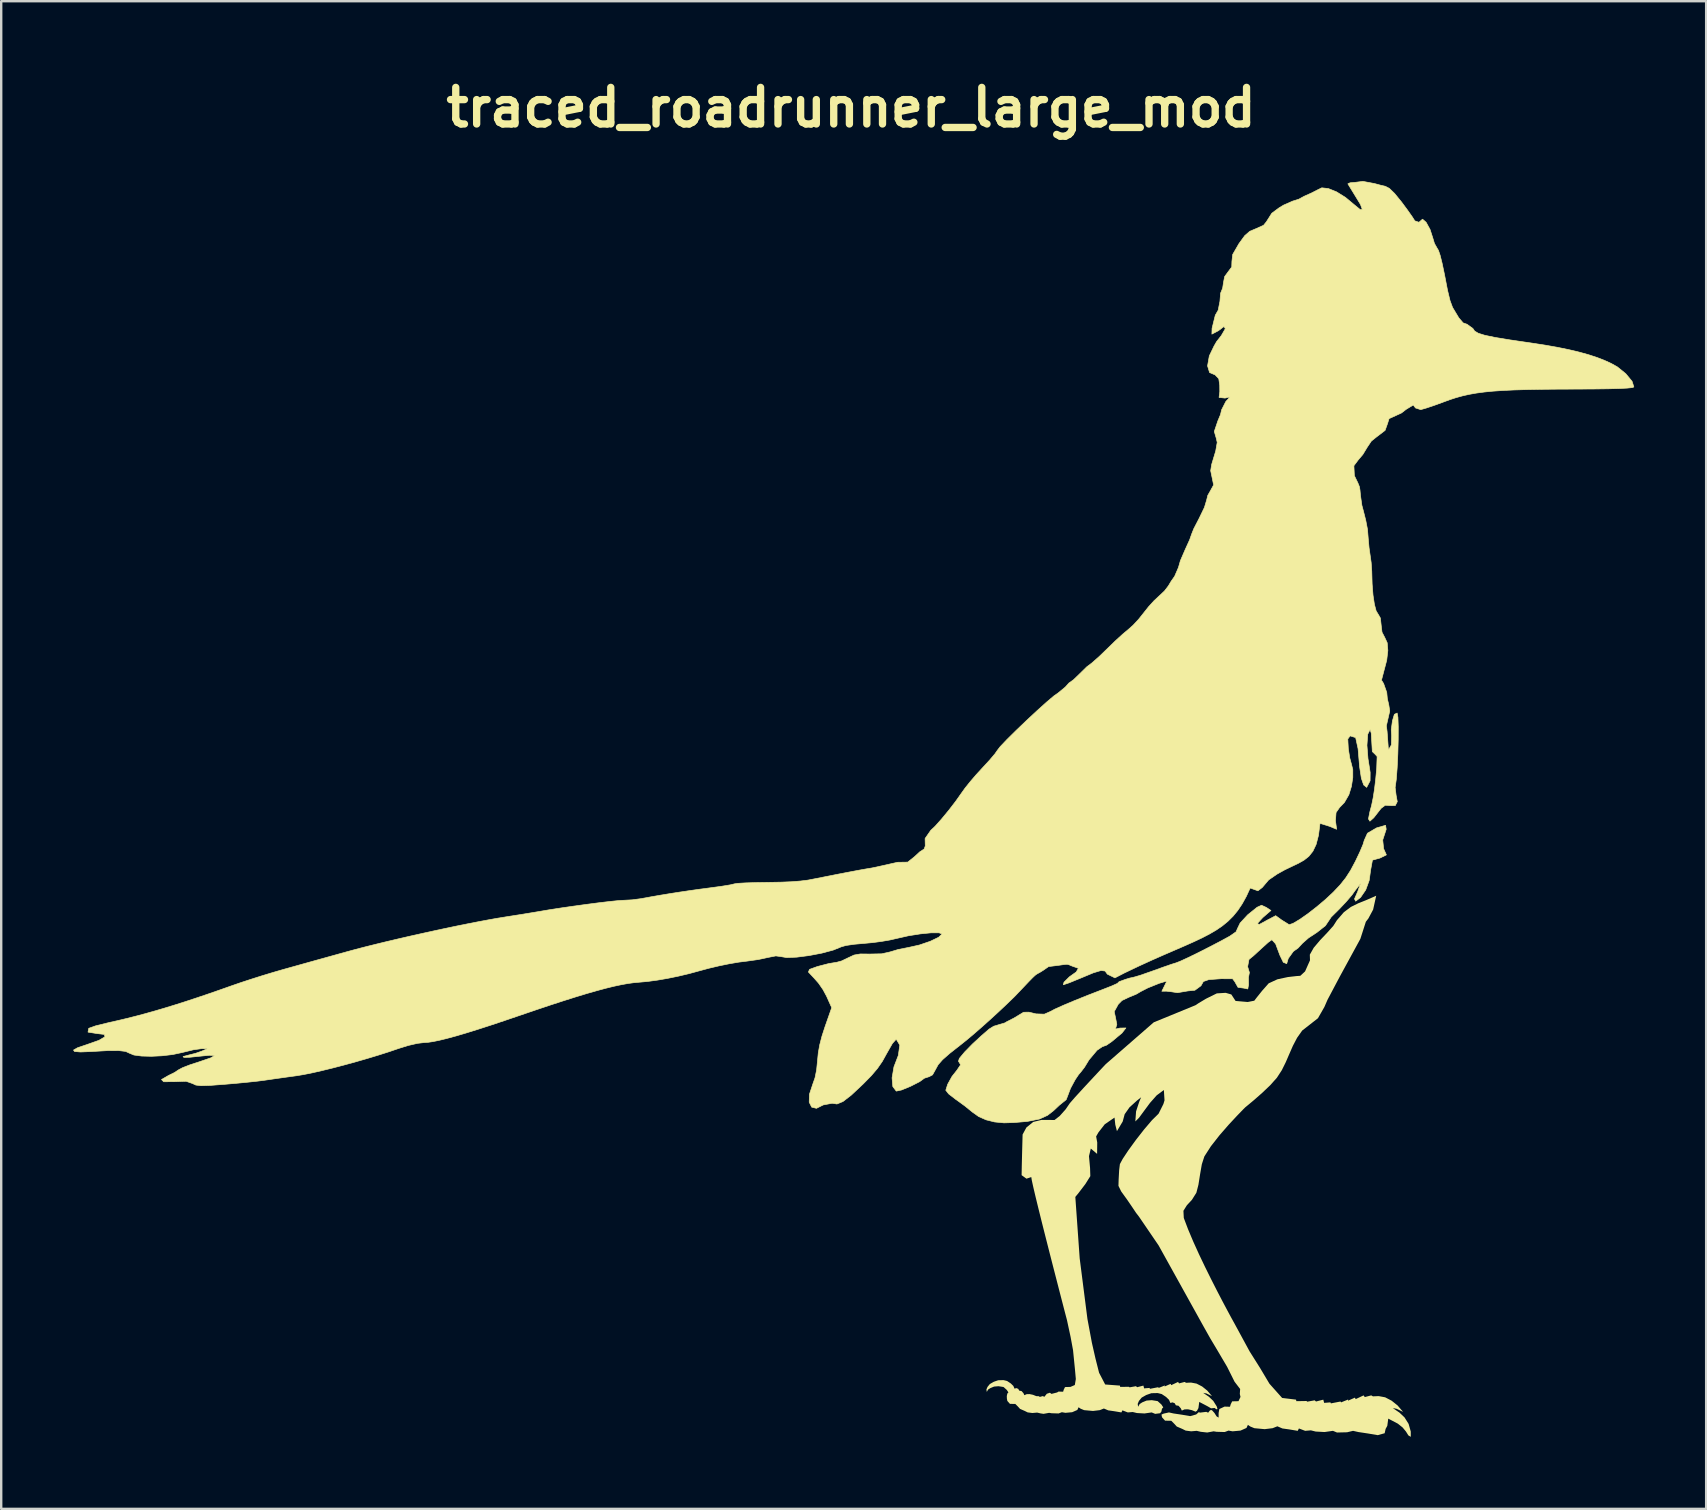
<source format=kicad_pcb>
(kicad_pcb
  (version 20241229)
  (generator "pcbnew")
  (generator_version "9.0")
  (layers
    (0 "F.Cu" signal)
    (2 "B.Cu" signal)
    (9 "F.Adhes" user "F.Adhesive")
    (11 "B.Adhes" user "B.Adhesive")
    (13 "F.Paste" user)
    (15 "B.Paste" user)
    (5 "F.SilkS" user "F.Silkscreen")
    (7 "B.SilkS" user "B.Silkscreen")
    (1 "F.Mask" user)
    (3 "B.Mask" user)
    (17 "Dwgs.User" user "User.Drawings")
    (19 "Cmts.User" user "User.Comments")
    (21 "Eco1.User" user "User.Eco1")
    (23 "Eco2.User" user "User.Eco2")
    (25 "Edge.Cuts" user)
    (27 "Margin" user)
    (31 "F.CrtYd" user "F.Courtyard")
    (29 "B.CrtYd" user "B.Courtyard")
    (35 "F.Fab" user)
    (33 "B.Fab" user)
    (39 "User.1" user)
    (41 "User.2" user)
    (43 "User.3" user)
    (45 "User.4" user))
  (footprint "traced_roadrunner_large_mod"
    (layer "F.Cu")
    (at 32.412 30.644)
    (property "Reference" "traced_roadrunner_large_mod" (at 0 -29.218 0) (layer "F.SilkS") (effects (font (size 1.524 1.524) (thickness 0.305))))
    (attr smd)
    (fp_poly (pts (xy 22.534 -18.949) (xy 22.624 -19.308) (xy 22.557 -19.705) (xy 22.435 -19.495) (xy 22.364 -19.243) (xy 22.27 -19.084) (xy 22.159 -18.923) (xy 22.306 -18.857) (xy 22.534 -18.949) (xy 22.534 -18.949)) (stroke (width 0.026) (type solid)) (fill yes) (layer "F.SilkS"))
    (fp_poly (pts (xy 18.914 -18.886) (xy 19.265 -18.971) (xy 19.668 -19.008) (xy 20.102 -19.064) (xy 20.38 -19.265) (xy 20.587 -19.671) (xy 20.733 -20.058) (xy 20.498 -20.293) (xy 20.309 -20.445) (xy 20.078 -20.514) (xy 19.719 -20.509) (xy 19.147 -20.439) (xy 18.595 -20.321) (xy 18.212 -20.149) (xy 18.006 -19.928) (xy 17.986 -19.663) (xy 17.903 -19.406) (xy 17.781 -19.095) (xy 17.69 -18.795) (xy 17.691 -18.595) (xy 17.832 -18.538) (xy 18.182 -18.621) (xy 18.914 -18.886) (xy 18.914 -18.886)) (stroke (width 0.026) (type solid)) (fill yes) (layer "F.SilkS"))
    (fp_poly (pts (xy 11.429 7.11) (xy 11.607 7.056) (xy 11.755 7.025) (xy 12.027 6.947) (xy 12.582 6.753) (xy 13 6.602) (xy 13.345 6.482) (xy 13.542 6.421) (xy 13.72 6.351) (xy 14.042 6.203) (xy 14.458 6) (xy 14.917 5.767) (xy 15.37 5.531) (xy 15.767 5.315) (xy 16.037 5.128) (xy 16.099 4.986) (xy 16.207 4.762) (xy 16.521 4.422) (xy 16.912 4.107) (xy 17.099 4.022) (xy 17.294 4.112) (xy 17.49 4.24) (xy 17.147 4.537) (xy 16.923 4.782) (xy 17.004 4.823) (xy 17.343 4.638) (xy 17.688 4.457) (xy 17.937 4.638) (xy 18.251 4.833) (xy 18.419 4.774) (xy 18.689 4.613) (xy 19.027 4.377) (xy 19.396 4.09) (xy 19.764 3.78) (xy 20.094 3.471) (xy 20.378 3.17) (xy 20.608 2.88) (xy 20.811 2.565) (xy 21.012 2.187) (xy 21.196 1.8) (xy 21.327 1.49) (xy 21.377 1.322) (xy 21.512 1.021) (xy 21.891 0.799) (xy 22.266 0.691) (xy 22.292 0.857) (xy 22.147 1.302) (xy 22.185 1.667) (xy 22.3 1.924) (xy 22.027 2.058) (xy 21.719 2.141) (xy 21.644 2.551) (xy 21.584 2.987) (xy 21.439 3.382) (xy 21.224 3.697) (xy 21.019 3.852) (xy 20.972 3.758) (xy 21.103 3.458) (xy 21.226 3.113) (xy 20.993 3.413) (xy 20.867 3.592) (xy 20.638 3.86) (xy 20.339 4.179) (xy 20.001 4.514) (xy 19.76 4.873) (xy 19.409 5.151) (xy 19.055 5.384) (xy 18.803 5.606) (xy 18.621 5.804) (xy 18.422 5.946) (xy 18.211 6.241) (xy 18.147 6.455) (xy 18.006 6.4) (xy 17.864 6.106) (xy 17.686 5.631) (xy 17.53 5.459) (xy 17.376 5.568) (xy 17.086 5.83) (xy 16.776 6.115) (xy 16.575 6.28) (xy 16.519 6.58) (xy 16.593 6.826) (xy 16.554 7.028) (xy 16.557 7.335) (xy 16.525 7.511) (xy 16.359 7.475) (xy 16.118 7.443) (xy 15.983 7.204) (xy 15.892 7.084) (xy 15.416 7.083) (xy 14.903 7.12) (xy 14.676 7.199) (xy 14.574 7.378) (xy 14.321 7.563) (xy 14.028 7.592) (xy 13.597 7.665) (xy 13.325 7.624) (xy 13.129 7.602) (xy 12.945 7.605) (xy 13.06 7.371) (xy 13.155 7.179) (xy 12.841 7.272) (xy 12.366 7.463) (xy 12.067 7.616) (xy 11.871 7.731) (xy 11.573 7.853) (xy 11.284 7.99) (xy 11.13 8.146) (xy 10.96 8.454) (xy 11.016 8.71) (xy 11.069 8.986) (xy 11.011 9.18) (xy 11.202 9.139) (xy 11.448 9.134) (xy 11.281 9.349) (xy 11.088 9.509) (xy 10.86 9.7) (xy 10.638 9.853) (xy 10.461 9.916) (xy 10.244 10.065) (xy 9.909 10.464) (xy 9.724 10.768) (xy 9.591 10.942) (xy 9.473 11.083) (xy 9.335 11.288) (xy 9.138 11.653) (xy 9.023 11.959) (xy 8.959 12.122) (xy 8.668 12.358) (xy 8.432 12.581) (xy 8.181 12.776) (xy 7.842 12.93) (xy 7.344 13.028) (xy 6.796 13.076) (xy 6.368 13.089) (xy 5.975 13.051) (xy 5.623 12.963) (xy 5.315 12.827) (xy 5.056 12.643) (xy 4.726 12.376) (xy 4.351 12.105) (xy 4.063 11.882) (xy 3.943 11.73) (xy 4.022 11.48) (xy 4.204 11.152) (xy 4.404 10.9) (xy 4.561 10.667) (xy 4.471 10.522) (xy 4.509 10.402) (xy 4.727 10.139) (xy 5.054 9.804) (xy 5.421 9.465) (xy 5.746 9.183) (xy 5.941 9.062) (xy 6.242 8.972) (xy 6.417 8.919) (xy 6.479 8.877) (xy 6.781 8.724) (xy 7.184 8.48) (xy 7.407 8.476) (xy 7.701 8.548) (xy 8.049 8.56) (xy 8.299 8.45) (xy 8.49 8.349) (xy 8.849 8.188) (xy 9.324 7.988) (xy 9.865 7.771) (xy 10.46 7.541) (xy 10.863 7.383) (xy 11.092 7.279) (xy 11.164 7.207) (xy 11.429 7.11)) (stroke (width 0.026) (type solid)) (fill yes) (layer "F.SilkS"))
    (fp_poly (pts (xy 21.876 3.625) (xy 21.478 3.8) (xy 21.131 3.939) (xy 20.821 4.092) (xy 20.529 4.311) (xy 20.24 4.644) (xy 20.089 4.881) (xy 19.832 5.168) (xy 19.536 5.48) (xy 19.273 5.792) (xy 19.11 6.08) (xy 19.117 6.317) (xy 18.912 6.778) (xy 18.714 6.962) (xy 18.56 6.972) (xy 18.193 7.014) (xy 17.758 7.108) (xy 17.396 7.275) (xy 17.125 7.582) (xy 16.894 7.871) (xy 16.796 7.999) (xy 16.522 8.053) (xy 16.016 8.009) (xy 15.84 7.739) (xy 15.604 7.671) (xy 15.235 7.694) (xy 14.787 7.915) (xy 14.468 8.106) (xy 14.346 8.187) (xy 12.607 8.9) (xy 10.611 10.639) (xy 10.469 10.789) (xy 10.126 11.156) (xy 9.703 11.611) (xy 9.323 12.026) (xy 9.109 12.272) (xy 8.938 12.522) (xy 8.691 12.8) (xy 8.473 12.97) (xy 8.221 12.966) (xy 7.925 12.967) (xy 7.586 13.05) (xy 7.301 13.282) (xy 7.143 13.574) (xy 7.137 13.799) (xy 7.123 14.315) (xy 7.109 14.884) (xy 7.102 15.268) (xy 7.304 15.414) (xy 7.505 15.348) (xy 7.527 15.485) (xy 7.588 15.763) (xy 7.681 16.158) (xy 7.8 16.646) (xy 7.938 17.203) (xy 8.09 17.805) (xy 8.248 18.426) (xy 8.406 19.044) (xy 8.558 19.633) (xy 8.696 20.169) (xy 8.815 20.628) (xy 8.908 20.987) (xy 8.969 21.219) (xy 8.991 21.302) (xy 9.142 22.003) (xy 9.245 22.561) (xy 9.325 23.362) (xy 9.361 23.762) (xy 9.319 24.011) (xy 9.136 24.09) (xy 8.911 24.096) (xy 8.857 24.205) (xy 8.832 24.29) (xy 8.638 24.284) (xy 8.584 24.32) (xy 8.347 24.381) (xy 8.28 24.333) (xy 8.153 24.375) (xy 8.05 24.502) (xy 7.983 24.472) (xy 7.85 24.51) (xy 7.838 24.479) (xy 7.711 24.473) (xy 7.577 24.419) (xy 7.435 24.389) (xy 7.314 24.392) (xy 7.216 24.435) (xy 7.18 24.352) (xy 7.098 24.262) (xy 7.004 24.246) (xy 6.961 24.17) (xy 6.883 24.14) (xy 6.807 24.162) (xy 6.758 24.049) (xy 6.652 23.946) (xy 6.497 23.843) (xy 6.352 23.807) (xy 6.127 23.812) (xy 5.942 23.876) (xy 5.779 23.97) (xy 5.682 24.088) (xy 5.636 24.195) (xy 5.651 24.298) (xy 5.706 24.201) (xy 5.8 24.14) (xy 5.955 24.076) (xy 6.139 24.061) (xy 6.349 24.094) (xy 6.485 24.216) (xy 6.552 24.319) (xy 6.507 24.367) (xy 6.485 24.471) (xy 6.489 24.577) (xy 6.507 24.674) (xy 6.616 24.796) (xy 6.84 24.8) (xy 6.951 24.911) (xy 7.037 25.006) (xy 7.234 25.092) (xy 7.354 25.152) (xy 7.551 25.177) (xy 7.749 25.16) (xy 7.895 25.194) (xy 8.017 25.212) (xy 8.248 25.17) (xy 8.351 25.187) (xy 8.643 25.196) (xy 8.78 25.144) (xy 8.926 25.17) (xy 9.209 25.144) (xy 9.424 25.05) (xy 9.475 24.938) (xy 9.561 24.998) (xy 9.707 25.058) (xy 10.076 25.092) (xy 10.359 25.058) (xy 10.53 24.99) (xy 10.711 25.067) (xy 10.951 25.101) (xy 11.26 25.153) (xy 11.303 25.067) (xy 11.526 25.153) (xy 11.732 25.136) (xy 11.904 25.178) (xy 12.221 25.196) (xy 12.521 25.153) (xy 12.667 25.213) (xy 12.872 25.187) (xy 12.926 25.118) (xy 12.951 24.998) (xy 13.004 24.942) (xy 12.926 24.822) (xy 12.768 24.681) (xy 12.524 24.642) (xy 12.309 24.659) (xy 12.129 24.733) (xy 12.02 24.804) (xy 11.956 24.917) (xy 11.939 24.797) (xy 11.991 24.673) (xy 12.104 24.536) (xy 12.295 24.427) (xy 12.51 24.352) (xy 12.771 24.346) (xy 12.94 24.388) (xy 13.12 24.508) (xy 13.244 24.628) (xy 13.3 24.759) (xy 13.388 24.734) (xy 13.48 24.769) (xy 13.53 24.857) (xy 13.639 24.875) (xy 13.734 24.981) (xy 13.777 25.076) (xy 13.889 25.027) (xy 14.031 25.023) (xy 14.196 25.058) (xy 14.352 25.122) (xy 14.409 25.084) (xy 14.469 24.973) (xy 14.503 24.715) (xy 14.846 24.895) (xy 14.996 24.982) (xy 15.142 24.967) (xy 15.219 25.023) (xy 15.263 25.012) (xy 15.233 24.904) (xy 15.087 24.672) (xy 14.906 24.501) (xy 14.666 24.338) (xy 14.804 24.364) (xy 15.035 24.475) (xy 14.838 24.244) (xy 14.623 24.072) (xy 14.391 23.952) (xy 14.16 23.909) (xy 13.954 23.918) (xy 13.894 23.883) (xy 13.662 23.943) (xy 13.62 23.883) (xy 13.335 24.017) (xy 13.31 23.963) (xy 13.062 24.072) (xy 13.068 24.029) (xy 12.813 24.132) (xy 12.795 24.102) (xy 12.449 24.169) (xy 12.431 24.132) (xy 12.206 24.151) (xy 12.176 24.035) (xy 11.915 24.102) (xy 11.867 24.06) (xy 11.599 24.108) (xy 11.575 24.084) (xy 11.211 24.09) (xy 11.199 24.035) (xy 10.584 23.989) (xy 10.33 23.501) (xy 10.179 22.905) (xy 10.031 22.255) (xy 9.844 21.255) (xy 9.522 18.735) (xy 9.34 16.175) (xy 9.48 16.004) (xy 9.758 15.639) (xy 9.965 15.308) (xy 9.954 14.97) (xy 9.909 14.477) (xy 9.985 14.159) (xy 10.247 14.381) (xy 10.253 13.906) (xy 10.207 13.655) (xy 10.301 13.489) (xy 10.566 13.148) (xy 10.973 12.869) (xy 11.005 13.163) (xy 11.074 13.434) (xy 11.314 13.032) (xy 11.396 12.728) (xy 11.596 12.443) (xy 11.915 12.154) (xy 12.082 12.023) (xy 12.004 12.204) (xy 11.871 12.609) (xy 11.84 13.03) (xy 11.992 12.879) (xy 12.201 12.595) (xy 12.452 12.256) (xy 12.733 11.939) (xy 13.029 11.72) (xy 13.056 12.151) (xy 13.009 12.305) (xy 12.807 12.708) (xy 12.534 12.977) (xy 12.204 13.365) (xy 11.86 13.805) (xy 11.548 14.235) (xy 11.313 14.59) (xy 11.197 14.806) (xy 11.166 15.058) (xy 11.145 15.44) (xy 11.137 15.714) (xy 11.253 15.949) (xy 11.49 16.277) (xy 11.682 16.557) (xy 11.87 16.838) (xy 11.991 16.995) (xy 12.807 18.191) (xy 14.676 21.559) (xy 14.958 22.06) (xy 15.269 22.582) (xy 15.664 23.252) (xy 15.974 23.873) (xy 16.207 24.177) (xy 16.193 24.381) (xy 16.221 24.508) (xy 16.137 24.685) (xy 15.875 24.691) (xy 15.812 24.818) (xy 15.784 24.917) (xy 15.558 24.91) (xy 15.34 25.011) (xy 15.31 25.178) (xy 15.31 25.368) (xy 15.224 25.316) (xy 15.138 25.178) (xy 15.028 25.056) (xy 14.957 25.061) (xy 14.874 25.164) (xy 14.796 25.129) (xy 14.514 25.164) (xy 14.5 25.129) (xy 14.374 25.238) (xy 14.126 25.307) (xy 13.774 25.247) (xy 13.431 25.196) (xy 13.242 25.153) (xy 13.022 25.202) (xy 12.93 25.242) (xy 12.951 25.354) (xy 13.078 25.496) (xy 13.338 25.501) (xy 13.467 25.631) (xy 13.567 25.741) (xy 13.797 25.84) (xy 13.937 25.91) (xy 14.166 25.94) (xy 14.396 25.92) (xy 14.565 25.96) (xy 14.834 25.99) (xy 15.104 25.94) (xy 15.224 25.96) (xy 15.563 25.97) (xy 15.722 25.91) (xy 15.892 25.94) (xy 16.222 25.91) (xy 16.471 25.8) (xy 16.531 25.671) (xy 16.63 25.74) (xy 16.8 25.81) (xy 17.229 25.85) (xy 17.559 25.81) (xy 17.758 25.731) (xy 17.967 25.821) (xy 18.247 25.86) (xy 18.606 25.92) (xy 18.656 25.821) (xy 18.916 25.92) (xy 19.155 25.9) (xy 19.355 25.95) (xy 19.724 25.97) (xy 20.073 25.92) (xy 20.242 25.99) (xy 20.662 25.98) (xy 20.911 25.92) (xy 21.131 25.97) (xy 21.53 26.03) (xy 21.939 26.1) (xy 22.228 26.02) (xy 22.268 25.84) (xy 22.338 25.711) (xy 22.378 25.411) (xy 22.777 25.621) (xy 22.976 25.78) (xy 23.116 25.95) (xy 23.216 26.11) (xy 23.316 26.17) (xy 23.316 25.95) (xy 23.226 25.631) (xy 23.056 25.361) (xy 22.847 25.162) (xy 22.568 24.972) (xy 22.727 25.002) (xy 22.997 25.132) (xy 22.767 24.863) (xy 22.517 24.663) (xy 22.248 24.523) (xy 21.979 24.473) (xy 21.739 24.483) (xy 21.669 24.443) (xy 21.4 24.513) (xy 21.35 24.443) (xy 21.019 24.599) (xy 20.991 24.536) (xy 20.701 24.663) (xy 20.709 24.614) (xy 20.412 24.734) (xy 20.391 24.698) (xy 19.989 24.776) (xy 19.968 24.734) (xy 19.707 24.755) (xy 19.671 24.621) (xy 19.368 24.698) (xy 19.312 24.649) (xy 19.001 24.705) (xy 18.973 24.677) (xy 18.55 24.684) (xy 18.535 24.62) (xy 17.957 24.55) (xy 17.428 23.957) (xy 17.04 23.306) (xy 16.6 22.607) (xy 15.968 21.443) (xy 15.931 21.377) (xy 15.83 21.193) (xy 15.675 20.906) (xy 15.478 20.535) (xy 15.25 20.097) (xy 15.002 19.61) (xy 14.745 19.091) (xy 14.491 18.559) (xy 14.251 18.029) (xy 14.037 17.521) (xy 13.859 17.051) (xy 13.844 16.752) (xy 13.987 16.523) (xy 14.197 16.296) (xy 14.383 16.001) (xy 14.469 15.667) (xy 14.537 15.238) (xy 14.611 14.813) (xy 14.716 14.488) (xy 14.989 14.063) (xy 15.347 13.606) (xy 15.729 13.167) (xy 16.077 12.793) (xy 16.329 12.532) (xy 16.427 12.435) (xy 16.528 12.353) (xy 16.783 12.14) (xy 17.119 11.845) (xy 17.462 11.519) (xy 17.738 11.209) (xy 17.941 10.898) (xy 18.107 10.563) (xy 18.256 10.218) (xy 18.407 9.874) (xy 18.58 9.544) (xy 18.793 9.242) (xy 19.121 8.986) (xy 19.449 8.729) (xy 19.717 8.26) (xy 19.848 7.959) (xy 20.361 6.99) (xy 21.216 5.422) (xy 21.445 4.709) (xy 21.548 4.576) (xy 21.748 4.203) (xy 21.876 3.625) (xy 21.876 3.625)) (stroke (width 0) (type solid)) (fill yes) (layer "F.SilkS"))
    (fp_poly (pts (xy 10.99 7.047) (xy 10.675 6.893) (xy 10.581 6.763) (xy 10.411 6.741) (xy 10.089 6.838) (xy 9.539 7.067) (xy 9.078 7.256) (xy 8.841 7.335) (xy 8.868 7.228) (xy 9.094 7.004) (xy 9.377 6.803) (xy 9.468 6.648) (xy 9.205 6.556) (xy 9.077 6.502) (xy 8.999 6.481) (xy 8.887 6.49) (xy 8.658 6.523) (xy 8.226 6.577) (xy 8.012 6.726) (xy 7.877 6.811) (xy 7.791 6.858) (xy 7.729 6.893) (xy 7.662 6.944) (xy 7.564 7.036) (xy 7.407 7.196) (xy 7.164 7.452) (xy 6.806 7.828) (xy 6.476 8.147) (xy 6.126 8.476) (xy 5.77 8.802) (xy 5.421 9.114) (xy 5.094 9.399) (xy 4.802 9.644) (xy 4.559 9.838) (xy 4.105 10.195) (xy 3.807 10.457) (xy 3.626 10.663) (xy 3.524 10.849) (xy 3.391 11.089) (xy 3.245 11.166) (xy 3.055 11.226) (xy 2.852 11.373) (xy 2.479 11.563) (xy 2.1 11.719) (xy 1.88 11.766) (xy 1.736 11.576) (xy 1.705 11.214) (xy 1.783 10.756) (xy 1.965 10.28) (xy 2.027 9.848) (xy 1.878 9.602) (xy 1.719 9.78) (xy 1.475 10.208) (xy 1.297 10.53) (xy 1.094 10.823) (xy 0.839 11.123) (xy 0.504 11.465) (xy 0.007 11.931) (xy -0.341 12.2) (xy -0.591 12.303) (xy -0.792 12.272) (xy -1.165 12.342) (xy -1.444 12.483) (xy -1.644 12.434) (xy -1.747 12.228) (xy -1.738 11.898) (xy -1.599 11.478) (xy -1.506 11.214) (xy -1.439 10.883) (xy -1.401 10.501) (xy -1.369 10.171) (xy -1.309 9.836) (xy -1.217 9.48) (xy -1.088 9.082) (xy -0.81 8.289) (xy -1.022 7.816) (xy -1.172 7.537) (xy -1.36 7.265) (xy -1.547 7.054) (xy -1.781 6.804) (xy -1.733 6.693) (xy -1.407 6.575) (xy -0.937 6.453) (xy -0.596 6.397) (xy -0.398 6.343) (xy -0.127 6.213) (xy 0.12 6.097) (xy 0.383 6.051) (xy 0.774 6.055) (xy 1.276 6.045) (xy 1.628 5.965) (xy 1.968 5.863) (xy 2.396 5.779) (xy 2.843 5.679) (xy 3.296 5.524) (xy 3.646 5.356) (xy 3.787 5.22) (xy 3.662 5.17) (xy 3.339 5.17) (xy 2.89 5.214) (xy 2.389 5.293) (xy 1.91 5.402) (xy 1.621 5.468) (xy 1.267 5.529) (xy 0.892 5.579) (xy 0.542 5.611) (xy 0.126 5.648) (xy -0.214 5.698) (xy -0.404 5.751) (xy -0.748 5.89) (xy -1.223 6.017) (xy -1.755 6.119) (xy -2.268 6.185) (xy -2.689 6.202) (xy -2.942 6.159) (xy -3.139 6.133) (xy -3.456 6.195) (xy -3.87 6.284) (xy -4.331 6.349) (xy -4.679 6.392) (xy -5.078 6.46) (xy -5.503 6.547) (xy -5.931 6.648) (xy -6.338 6.758) (xy -6.76 6.873) (xy -7.199 6.977) (xy -7.641 7.068) (xy -8.071 7.142) (xy -8.475 7.197) (xy -8.84 7.23) (xy -9.063 7.25) (xy -9.31 7.284) (xy -9.584 7.334) (xy -9.889 7.399) (xy -10.227 7.482) (xy -10.603 7.583) (xy -11.018 7.702) (xy -11.476 7.841) (xy -11.98 8) (xy -12.535 8.181) (xy -13.141 8.384) (xy -13.804 8.61) (xy -14.46 8.833) (xy -15.053 9.031) (xy -15.586 9.203) (xy -16.06 9.35) (xy -16.479 9.473) (xy -16.843 9.572) (xy -17.155 9.648) (xy -17.417 9.702) (xy -17.631 9.734) (xy -17.799 9.744) (xy -18.075 9.777) (xy -18.451 9.864) (xy -18.854 9.989) (xy -19.262 10.128) (xy -19.708 10.27) (xy -20.178 10.412) (xy -20.661 10.551) (xy -21.143 10.683) (xy -21.611 10.805) (xy -22.054 10.913) (xy -22.457 11.005) (xy -22.81 11.076) (xy -23.098 11.124) (xy -23.586 11.191) (xy -24.067 11.259) (xy -24.437 11.313) (xy -24.725 11.35) (xy -25.134 11.394) (xy -25.609 11.44) (xy -26.096 11.482) (xy -26.719 11.529) (xy -27.092 11.54) (xy -27.304 11.514) (xy -27.443 11.449) (xy -27.709 11.356) (xy -28.188 11.372) (xy -28.642 11.376) (xy -28.734 11.284) (xy -28.443 11.115) (xy -28.198 10.995) (xy -28.02 10.878) (xy -27.855 10.79) (xy -27.549 10.671) (xy -27.167 10.547) (xy -26.679 10.38) (xy -26.52 10.283) (xy -26.741 10.273) (xy -27.163 10.315) (xy -27.564 10.357) (xy -27.804 10.359) (xy -27.834 10.326) (xy -27.603 10.264) (xy -27.313 10.191) (xy -27.056 10.101) (xy -26.821 9.999) (xy -27.057 9.996) (xy -27.396 10.042) (xy -27.878 10.159) (xy -28.266 10.242) (xy -28.707 10.294) (xy -29.154 10.316) (xy -29.562 10.305) (xy -29.881 10.263) (xy -30.067 10.187) (xy -30.227 10.112) (xy -30.521 10.077) (xy -30.984 10.079) (xy -31.649 10.117) (xy -32.108 10.136) (xy -32.358 10.115) (xy -32.399 10.055) (xy -32.228 9.958) (xy -31.844 9.828) (xy -31.337 9.649) (xy -31.09 9.503) (xy -31.116 9.404) (xy -31.429 9.367) (xy -31.795 9.308) (xy -31.765 9.149) (xy -31.473 9.045) (xy -30.907 8.906) (xy -30.543 8.825) (xy -30.174 8.737) (xy -29.798 8.642) (xy -29.415 8.54) (xy -29.021 8.429) (xy -28.615 8.31) (xy -28.194 8.181) (xy -27.758 8.043) (xy -27.303 7.893) (xy -26.828 7.733) (xy -26.332 7.561) (xy -25.811 7.377) (xy -25.435 7.247) (xy -24.995 7.103) (xy -24.529 6.955) (xy -24.072 6.817) (xy -23.661 6.698) (xy -23.36 6.614) (xy -23.005 6.515) (xy -22.613 6.405) (xy -22.2 6.29) (xy -21.782 6.174) (xy -21.375 6.061) (xy -20.997 5.956) (xy -20.637 5.858) (xy -20.239 5.755) (xy -19.809 5.648) (xy -19.353 5.537) (xy -18.878 5.425) (xy -18.389 5.312) (xy -17.893 5.201) (xy -17.397 5.092) (xy -16.906 4.986) (xy -16.427 4.886) (xy -15.966 4.793) (xy -15.529 4.708) (xy -15.124 4.632) (xy -14.755 4.566) (xy -14.429 4.513) (xy -14.016 4.448) (xy -13.613 4.384) (xy -13.266 4.327) (xy -13.022 4.286) (xy -12.587 4.212) (xy -12.083 4.134) (xy -11.543 4.056) (xy -11.002 3.982) (xy -10.494 3.916) (xy -10.051 3.864) (xy -9.709 3.829) (xy -9.501 3.816) (xy -9.122 3.796) (xy -8.746 3.746) (xy -8.356 3.674) (xy -7.953 3.604) (xy -7.542 3.536) (xy -7.127 3.471) (xy -6.713 3.41) (xy -6.306 3.353) (xy -5.91 3.301) (xy -5.408 3.233) (xy -5.029 3.171) (xy -4.855 3.129) (xy -4.719 3.109) (xy -4.408 3.091) (xy -3.968 3.077) (xy -3.446 3.069) (xy -2.922 3.06) (xy -2.482 3.042) (xy -2.112 3.013) (xy -1.798 2.974) (xy -1.53 2.922) (xy -0.973 2.812) (xy -0.519 2.722) (xy -0.154 2.652) (xy 0.131 2.598) (xy 0.35 2.557) (xy 0.513 2.528) (xy 0.631 2.507) (xy 0.718 2.493) (xy 0.783 2.482) (xy 0.839 2.473) (xy 0.897 2.462) (xy 0.968 2.447) (xy 1.065 2.427) (xy 1.198 2.397) (xy 1.379 2.357) (xy 1.621 2.302) (xy 1.933 2.232) (xy 2.358 2.225) (xy 2.637 2.002) (xy 2.859 1.797) (xy 3.042 1.678) (xy 3.088 1.552) (xy 3.081 1.241) (xy 3.317 0.901) (xy 3.496 0.733) (xy 3.76 0.438) (xy 4.062 0.072) (xy 4.355 -0.308) (xy 4.593 -0.645) (xy 4.749 -0.863) (xy 4.966 -1.133) (xy 5.214 -1.422) (xy 5.465 -1.695) (xy 5.766 -2.022) (xy 5.991 -2.287) (xy 6.092 -2.433) (xy 6.209 -2.585) (xy 6.483 -2.874) (xy 6.864 -3.251) (xy 7.301 -3.67) (xy 7.745 -4.083) (xy 8.146 -4.444) (xy 8.454 -4.704) (xy 8.618 -4.818) (xy 8.921 -5.067) (xy 9.074 -5.237) (xy 9.265 -5.373) (xy 9.527 -5.626) (xy 9.817 -5.911) (xy 10.023 -6.066) (xy 10.325 -6.332) (xy 10.658 -6.653) (xy 10.998 -6.984) (xy 11.319 -7.277) (xy 11.55 -7.47) (xy 11.746 -7.644) (xy 11.974 -7.889) (xy 12.183 -8.151) (xy 12.393 -8.416) (xy 12.62 -8.666) (xy 12.816 -8.848) (xy 13.056 -9.074) (xy 13.216 -9.283) (xy 13.336 -9.483) (xy 13.478 -9.684) (xy 13.637 -10.052) (xy 13.718 -10.335) (xy 13.911 -10.782) (xy 14.104 -11.207) (xy 14.184 -11.436) (xy 14.276 -11.667) (xy 14.497 -12.093) (xy 14.718 -12.551) (xy 14.81 -12.855) (xy 14.859 -13.055) (xy 14.977 -13.262) (xy 15.102 -13.489) (xy 15.041 -13.785) (xy 14.979 -14.083) (xy 15.021 -14.346) (xy 15.189 -14.903) (xy 15.252 -15.261) (xy 15.212 -15.436) (xy 15.13 -15.717) (xy 15.279 -16.159) (xy 15.389 -16.421) (xy 15.435 -16.62) (xy 15.611 -16.966) (xy 15.787 -17.158) (xy 15.577 -17.108) (xy 15.329 -17.135) (xy 15.359 -17.374) (xy 15.356 -17.645) (xy 15.317 -17.914) (xy 15.165 -18.074) (xy 14.933 -18.173) (xy 14.849 -18.449) (xy 14.923 -18.867) (xy 15.119 -19.275) (xy 15.228 -19.465) (xy 15.31 -19.567) (xy 15.423 -19.713) (xy 15.589 -19.999) (xy 15.533 -20.09) (xy 15.301 -19.915) (xy 15.03 -19.773) (xy 15.037 -20.015) (xy 15.123 -20.365) (xy 15.172 -20.562) (xy 15.292 -20.77) (xy 15.365 -21.139) (xy 15.392 -21.479) (xy 15.478 -21.687) (xy 15.514 -21.928) (xy 15.561 -22.171) (xy 15.71 -22.375) (xy 15.857 -22.571) (xy 15.864 -22.799) (xy 15.896 -23.091) (xy 16.156 -23.541) (xy 16.398 -23.875) (xy 16.607 -24.057) (xy 16.882 -24.173) (xy 17.182 -24.308) (xy 17.3 -24.453) (xy 17.526 -24.81) (xy 17.825 -25.032) (xy 18.014 -25.147) (xy 18.395 -25.315) (xy 18.651 -25.395) (xy 18.866 -25.513) (xy 19.189 -25.658) (xy 19.428 -25.781) (xy 19.609 -25.869) (xy 19.883 -25.838) (xy 20.221 -25.702) (xy 20.592 -25.472) (xy 20.967 -25.16) (xy 21.21 -24.961) (xy 21.295 -24.971) (xy 21.22 -25.176) (xy 20.986 -25.561) (xy 20.695 -26.036) (xy 20.787 -26.078) (xy 21.002 -26.097) (xy 21.322 -26.137) (xy 21.807 -26.046) (xy 22.035 -25.984) (xy 22.254 -25.933) (xy 22.422 -25.846) (xy 22.641 -25.635) (xy 22.925 -25.286) (xy 23.171 -24.955) (xy 23.372 -24.67) (xy 23.485 -24.492) (xy 23.658 -24.433) (xy 23.806 -24.563) (xy 23.954 -24.434) (xy 24.12 -24.133) (xy 24.23 -23.792) (xy 24.302 -23.552) (xy 24.402 -23.375) (xy 24.468 -23.264) (xy 24.539 -23.058) (xy 24.621 -22.73) (xy 24.722 -22.251) (xy 24.849 -21.592) (xy 24.95 -21.175) (xy 25.057 -20.885) (xy 25.317 -20.452) (xy 25.498 -20.241) (xy 25.659 -20.185) (xy 25.904 -20.008) (xy 25.976 -19.901) (xy 26.128 -19.81) (xy 26.4 -19.725) (xy 26.832 -19.635) (xy 27.464 -19.531) (xy 28.336 -19.403) (xy 28.898 -19.317) (xy 29.416 -19.226) (xy 29.891 -19.129) (xy 30.325 -19.026) (xy 30.719 -18.917) (xy 31.074 -18.801) (xy 31.392 -18.677) (xy 31.675 -18.547) (xy 31.923 -18.408) (xy 32.273 -18.125) (xy 32.536 -17.807) (xy 32.611 -17.571) (xy 32.538 -17.545) (xy 32.337 -17.524) (xy 32.005 -17.507) (xy 31.541 -17.495) (xy 30.942 -17.487) (xy 30.205 -17.483) (xy 29.437 -17.48) (xy 28.757 -17.473) (xy 28.156 -17.462) (xy 27.626 -17.447) (xy 27.16 -17.425) (xy 26.747 -17.397) (xy 26.381 -17.361) (xy 26.052 -17.317) (xy 25.752 -17.264) (xy 25.473 -17.201) (xy 25.207 -17.128) (xy 24.945 -17.043) (xy 24.678 -16.945) (xy 24.298 -16.806) (xy 23.958 -16.692) (xy 23.73 -16.627) (xy 23.513 -16.697) (xy 23.42 -16.82) (xy 23.117 -16.635) (xy 22.929 -16.488) (xy 22.726 -16.395) (xy 22.412 -16.252) (xy 22.349 -16.05) (xy 22.246 -15.762) (xy 21.884 -15.486) (xy 21.673 -15.316) (xy 21.495 -15.049) (xy 21.321 -14.761) (xy 21.122 -14.525) (xy 20.946 -14.29) (xy 20.966 -13.875) (xy 21.113 -13.573) (xy 21.178 -13.411) (xy 21.2 -13.276) (xy 21.22 -13.057) (xy 21.279 -12.641) (xy 21.354 -12.359) (xy 21.441 -12.013) (xy 21.513 -11.637) (xy 21.543 -11.265) (xy 21.578 -10.876) (xy 21.623 -10.561) (xy 21.666 -10.256) (xy 21.691 -9.894) (xy 21.706 -9.366) (xy 21.743 -8.898) (xy 21.801 -8.515) (xy 21.874 -8.24) (xy 21.96 -8.099) (xy 22.05 -7.943) (xy 22.081 -7.66) (xy 22.118 -7.353) (xy 22.232 -7.134) (xy 22.334 -6.914) (xy 22.361 -6.589) (xy 22.314 -6.186) (xy 22.194 -5.73) (xy 22.096 -5.357) (xy 22.185 -5.213) (xy 22.315 -4.845) (xy 22.34 -4.582) (xy 22.399 -4.333) (xy 22.44 -4.072) (xy 22.368 -3.756) (xy 22.299 -3.452) (xy 22.329 -3.223) (xy 22.361 -2.791) (xy 22.386 -2.447) (xy 22.508 -2.659) (xy 22.517 -3.052) (xy 22.503 -3.29) (xy 22.552 -3.662) (xy 22.633 -3.932) (xy 22.748 -3.986) (xy 22.781 -3.809) (xy 22.795 -3.415) (xy 22.793 -2.882) (xy 22.777 -2.285) (xy 22.749 -1.702) (xy 22.711 -1.21) (xy 22.665 -0.886) (xy 22.705 -0.562) (xy 22.754 -0.293) (xy 22.668 -0.128) (xy 22.45 -0.131) (xy 22.252 -0.145) (xy 22.079 -0.015) (xy 21.773 0.377) (xy 21.613 0.52) (xy 21.553 0.426) (xy 21.613 0.123) (xy 21.684 -0.141) (xy 21.748 -0.45) (xy 21.804 -0.808) (xy 21.853 -1.216) (xy 21.896 -1.676) (xy 21.914 -2.176) (xy 21.817 -2.282) (xy 21.714 -2.379) (xy 21.69 -2.79) (xy 21.669 -3.149) (xy 21.621 -3.298) (xy 21.523 -3.104) (xy 21.49 -2.641) (xy 21.533 -2.088) (xy 21.595 -1.701) (xy 21.624 -1.511) (xy 21.621 -1.162) (xy 21.478 -0.889) (xy 21.353 -0.991) (xy 21.257 -1.268) (xy 21.183 -1.758) (xy 21.121 -2.497) (xy 21.019 -2.963) (xy 20.788 -3.034) (xy 20.692 -2.905) (xy 20.714 -2.496) (xy 20.774 -2.113) (xy 20.839 -1.876) (xy 20.9 -1.634) (xy 20.9 -1.3) (xy 20.844 -0.93) (xy 20.737 -0.583) (xy 20.551 -0.26) (xy 20.35 -0.052) (xy 20.203 0.16) (xy 20.178 0.498) (xy 20.227 0.857) (xy 19.933 0.734) (xy 19.534 0.611) (xy 19.471 1.109) (xy 19.372 1.489) (xy 19.237 1.773) (xy 19.068 1.984) (xy 18.866 2.144) (xy 18.632 2.276) (xy 18.367 2.402) (xy 18.072 2.543) (xy 17.748 2.723) (xy 17.396 2.965) (xy 17.13 3.279) (xy 16.948 3.42) (xy 16.625 3.304) (xy 16.462 3.657) (xy 16.29 3.967) (xy 16.108 4.239) (xy 15.912 4.478) (xy 15.699 4.69) (xy 15.467 4.88) (xy 15.212 5.055) (xy 14.93 5.22) (xy 14.62 5.381) (xy 14.278 5.542) (xy 13.901 5.71) (xy 13.486 5.89) (xy 13.03 6.087) (xy 12.529 6.308) (xy 11.982 6.558) (xy 11.384 6.843) (xy 10.99 7.047)) (stroke (width 0.026) (type solid)) (fill yes) (layer "F.SilkS")))
  (gr_rect
    (start -3 -3)
    (end 68.035 59.814)
    (stroke (width 0.1) (type default))
    (fill no)
    (layer "Edge.Cuts")))
</source>
